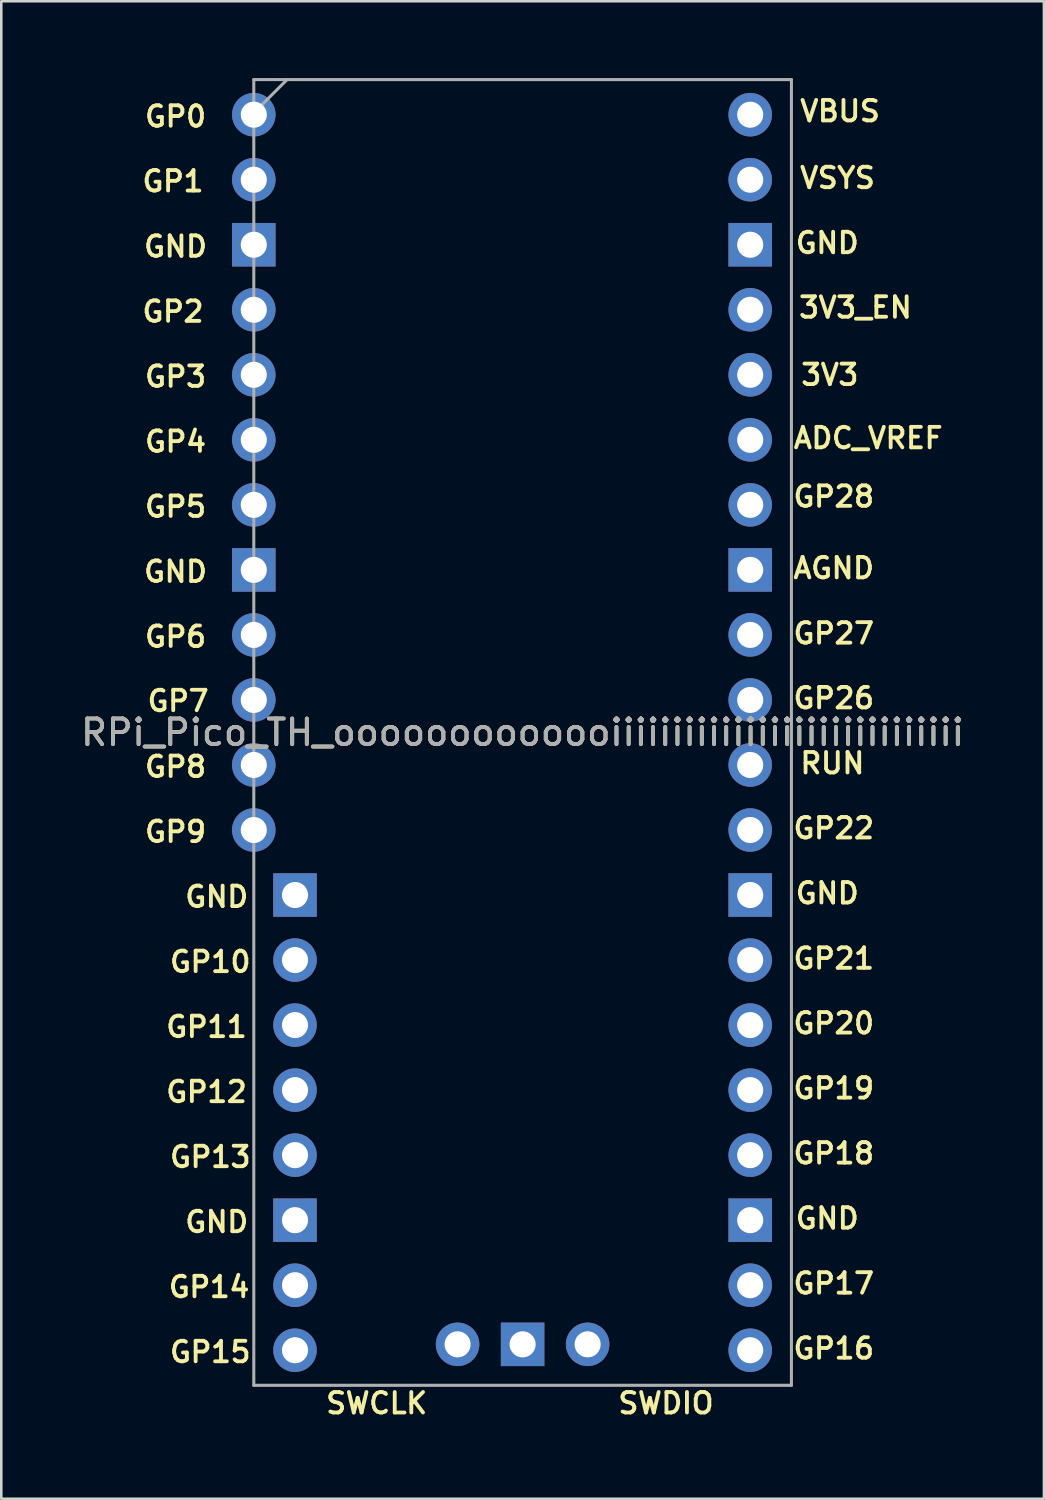
<source format=kicad_pcb>
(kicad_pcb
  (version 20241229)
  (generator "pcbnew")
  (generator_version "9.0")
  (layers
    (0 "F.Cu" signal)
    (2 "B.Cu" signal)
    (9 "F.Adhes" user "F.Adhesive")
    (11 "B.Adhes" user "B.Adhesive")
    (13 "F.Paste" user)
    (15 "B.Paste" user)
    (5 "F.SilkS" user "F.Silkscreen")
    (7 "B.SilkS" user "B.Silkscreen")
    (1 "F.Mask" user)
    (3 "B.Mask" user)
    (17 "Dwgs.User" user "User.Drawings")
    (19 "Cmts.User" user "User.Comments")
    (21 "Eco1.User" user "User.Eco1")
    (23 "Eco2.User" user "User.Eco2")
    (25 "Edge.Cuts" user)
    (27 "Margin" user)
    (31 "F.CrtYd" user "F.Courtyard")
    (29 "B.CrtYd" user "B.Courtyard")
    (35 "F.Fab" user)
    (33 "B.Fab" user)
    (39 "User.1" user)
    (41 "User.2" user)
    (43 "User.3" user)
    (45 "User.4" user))
  (footprint "RPi_Pico_TH_ooooooooooooiiiiiiiiiiiiiiiiiiiiiiiiiiiii"
    (layer "F.Cu")
    (at 17.363 25.56)
    (property "Reference" "RPi_Pico_TH_ooooooooooooiiiiiiiiiiiiiiiiiiiiiiiiiiiii" (at 0 0 0) (layer "F.SilkS") (effects (font (size 1 1) (thickness 0.15))))
    (attr through_hole)
    (fp_line (start -10.5 -25.5) (end 10.5 -25.5) (stroke (width 0.12) (type solid)) (layer "F.Fab"))
    (fp_line (start -10.5 -24.2) (end -9.2 -25.5) (stroke (width 0.12) (type solid)) (layer "F.Fab"))
    (fp_line (start -10.5 25.5) (end -10.5 -25.5) (stroke (width 0.12) (type solid)) (layer "F.Fab"))
    (fp_line (start 10.5 -25.5) (end 10.5 25.5) (stroke (width 0.12) (type solid)) (layer "F.Fab"))
    (fp_line (start 10.5 25.5) (end -10.5 25.5) (stroke (width 0.12) (type solid)) (layer "F.Fab"))
    (fp_text user "GP28" (at 12.154 -9.214 0) (layer "F.SilkS") (effects (font (size 0.8 0.8) (thickness 0.15))))
    (fp_text user "GP21" (at 12.154 8.83 0) (layer "F.SilkS") (effects (font (size 0.8 0.8) (thickness 0.15))))
    (fp_text user "ADC_VREF" (at 13.5 -11.5 0) (layer "F.SilkS") (effects (font (size 0.8 0.8) (thickness 0.15))))
    (fp_text user "GND" (at -13.556 -6.28 0) (layer "F.SilkS") (effects (font (size 0.8 0.8) (thickness 0.15))))
    (fp_text user "GP17" (at 12.154 21.52 0) (layer "F.SilkS") (effects (font (size 0.8 0.8) (thickness 0.15))))
    (fp_text user "GP27" (at 12.154 -3.87 0) (layer "F.SilkS") (effects (font (size 0.8 0.8) (thickness 0.15))))
    (fp_text user "GP6" (at -13.556 -3.74 0) (layer "F.SilkS") (effects (font (size 0.8 0.8) (thickness 0.15))))
    (fp_text user "GP10" (at -12.2 8.96 0) (layer "F.SilkS") (effects (font (size 0.8 0.8) (thickness 0.15))))
    (fp_text user "VBUS" (at 12.4 -24.27 0) (layer "F.SilkS") (effects (font (size 0.8 0.8) (thickness 0.15))))
    (fp_text user "GP1" (at -13.656 -21.53 0) (layer "F.SilkS") (effects (font (size 0.8 0.8) (thickness 0.15))))
    (fp_text user "GP20" (at 12.154 11.36 0) (layer "F.SilkS") (effects (font (size 0.8 0.8) (thickness 0.15))))
    (fp_text user "GP22" (at 12.154 3.74 0) (layer "F.SilkS") (effects (font (size 0.8 0.8) (thickness 0.15))))
    (fp_text user "GND" (at -13.556 -18.98 0) (layer "F.SilkS") (effects (font (size 0.8 0.8) (thickness 0.15))))
    (fp_text user "SWCLK" (at -5.7 26.2 0) (layer "F.SilkS") (effects (font (size 0.8 0.8) (thickness 0.15))))
    (fp_text user "GND" (at 11.9 6.28 0) (layer "F.SilkS") (effects (font (size 0.8 0.8) (thickness 0.15))))
    (fp_text user "GND" (at -11.946 19.12 0) (layer "F.SilkS") (effects (font (size 0.8 0.8) (thickness 0.15))))
    (fp_text user "GND" (at 11.9 -19.12 0) (layer "F.SilkS") (effects (font (size 0.8 0.8) (thickness 0.15))))
    (fp_text user "GP9" (at -13.556 3.88 0) (layer "F.SilkS") (effects (font (size 0.8 0.8) (thickness 0.15))))
    (fp_text user "RUN" (at 12.1 1.2 0) (layer "F.SilkS") (effects (font (size 0.8 0.8) (thickness 0.15))))
    (fp_text user "AGND" (at 12.154 -6.42 0) (layer "F.SilkS") (effects (font (size 0.8 0.8) (thickness 0.15))))
    (fp_text user "3V3_EN" (at 13 -16.6 0) (layer "F.SilkS") (effects (font (size 0.8 0.8) (thickness 0.15))))
    (fp_text user "GP3" (at -13.556 -13.9 0) (layer "F.SilkS") (effects (font (size 0.8 0.8) (thickness 0.15))))
    (fp_text user "GP11" (at -12.346 11.5 0) (layer "F.SilkS") (effects (font (size 0.8 0.8) (thickness 0.15))))
    (fp_text user "GP16" (at 12.154 24.06 0) (layer "F.SilkS") (effects (font (size 0.8 0.8) (thickness 0.15))))
    (fp_text user "3V3" (at 12 -13.97 0) (layer "F.SilkS") (effects (font (size 0.8 0.8) (thickness 0.15))))
    (fp_text user "GP18" (at 12.154 16.44 0) (layer "F.SilkS") (effects (font (size 0.8 0.8) (thickness 0.15))))
    (fp_text user "GND" (at -11.946 6.42 0) (layer "F.SilkS") (effects (font (size 0.8 0.8) (thickness 0.15))))
    (fp_text user "GP19" (at 12.154 13.9 0) (layer "F.SilkS") (effects (font (size 0.8 0.8) (thickness 0.15))))
    (fp_text user "GP15" (at -12.2 24.2 0) (layer "F.SilkS") (effects (font (size 0.8 0.8) (thickness 0.15))))
    (fp_text user "GP4" (at -13.556 -11.36 0) (layer "F.SilkS") (effects (font (size 0.8 0.8) (thickness 0.15))))
    (fp_text user "GND" (at 11.9 18.98 0) (layer "F.SilkS") (effects (font (size 0.8 0.8) (thickness 0.15))))
    (fp_text user "VSYS" (at 12.3 -21.66 0) (layer "F.SilkS") (effects (font (size 0.8 0.8) (thickness 0.15))))
    (fp_text user "GP7" (at -13.456 -1.23 0) (layer "F.SilkS") (effects (font (size 0.8 0.8) (thickness 0.15))))
    (fp_text user "GP2" (at -13.656 -16.44 0) (layer "F.SilkS") (effects (font (size 0.8 0.8) (thickness 0.15))))
    (fp_text user "GP13" (at -12.2 16.58 0) (layer "F.SilkS") (effects (font (size 0.8 0.8) (thickness 0.15))))
    (fp_text user "GP26" (at 12.154 -1.34 0) (layer "F.SilkS") (effects (font (size 0.8 0.8) (thickness 0.15))))
    (fp_text user "SWDIO" (at 5.6 26.2 0) (layer "F.SilkS") (effects (font (size 0.8 0.8) (thickness 0.15))))
    (fp_text user "GP12" (at -12.346 14.04 0) (layer "F.SilkS") (effects (font (size 0.8 0.8) (thickness 0.15))))
    (fp_text user "GP14" (at -12.246 21.66 0) (layer "F.SilkS") (effects (font (size 0.8 0.8) (thickness 0.15))))
    (fp_text user "GP0" (at -13.556 -24.06 0) (layer "F.SilkS") (effects (font (size 0.8 0.8) (thickness 0.15))))
    (fp_text user "GP5" (at -13.556 -8.82 0) (layer "F.SilkS") (effects (font (size 0.8 0.8) (thickness 0.15))))
    (fp_text user "GP8" (at -13.556 1.34 0) (layer "F.SilkS") (effects (font (size 0.8 0.8) (thickness 0.15))))
    (fp_text user "${REFERENCE}" (at 0 0 180) (layer "F.Fab") (effects (font (size 1 1) (thickness 0.15))))
    (pad "1" thru_hole oval (at -10.5 -24.13) (size 1.7 1.7) (drill 1.02) (layers "*.Cu" "*.Mask"))
    (pad "2" thru_hole oval (at -10.5 -21.59) (size 1.7 1.7) (drill 1.02) (layers "*.Cu" "*.Mask"))
    (pad "3" thru_hole rect (at -10.5 -19.05) (size 1.7 1.7) (drill 1.02) (layers "*.Cu" "*.Mask"))
    (pad "4" thru_hole oval (at -10.5 -16.51) (size 1.7 1.7) (drill 1.02) (layers "*.Cu" "*.Mask"))
    (pad "5" thru_hole oval (at -10.5 -13.97) (size 1.7 1.7) (drill 1.02) (layers "*.Cu" "*.Mask"))
    (pad "6" thru_hole oval (at -10.5 -11.43) (size 1.7 1.7) (drill 1.02) (layers "*.Cu" "*.Mask"))
    (pad "7" thru_hole oval (at -10.5 -8.89) (size 1.7 1.7) (drill 1.02) (layers "*.Cu" "*.Mask"))
    (pad "8" thru_hole rect (at -10.5 -6.35) (size 1.7 1.7) (drill 1.02) (layers "*.Cu" "*.Mask"))
    (pad "9" thru_hole oval (at -10.5 -3.81) (size 1.7 1.7) (drill 1.02) (layers "*.Cu" "*.Mask"))
    (pad "10" thru_hole oval (at -10.5 -1.27) (size 1.7 1.7) (drill 1.02) (layers "*.Cu" "*.Mask"))
    (pad "11" thru_hole oval (at -10.5 1.27) (size 1.7 1.7) (drill 1.02) (layers "*.Cu" "*.Mask"))
    (pad "12" thru_hole oval (at -10.5 3.81) (size 1.7 1.7) (drill 1.02) (layers "*.Cu" "*.Mask"))
    (pad "13" thru_hole rect (at -8.89 6.35) (size 1.7 1.7) (drill 1.02) (layers "*.Cu" "*.Mask"))
    (pad "14" thru_hole oval (at -8.89 8.89) (size 1.7 1.7) (drill 1.02) (layers "*.Cu" "*.Mask"))
    (pad "15" thru_hole oval (at -8.89 11.43) (size 1.7 1.7) (drill 1.02) (layers "*.Cu" "*.Mask"))
    (pad "16" thru_hole oval (at -8.89 13.97) (size 1.7 1.7) (drill 1.02) (layers "*.Cu" "*.Mask"))
    (pad "17" thru_hole oval (at -8.89 16.51) (size 1.7 1.7) (drill 1.02) (layers "*.Cu" "*.Mask"))
    (pad "18" thru_hole rect (at -8.89 19.05) (size 1.7 1.7) (drill 1.02) (layers "*.Cu" "*.Mask"))
    (pad "19" thru_hole oval (at -8.89 21.59) (size 1.7 1.7) (drill 1.02) (layers "*.Cu" "*.Mask"))
    (pad "20" thru_hole oval (at -8.89 24.13) (size 1.7 1.7) (drill 1.02) (layers "*.Cu" "*.Mask"))
    (pad "21" thru_hole oval (at 8.89 24.13) (size 1.7 1.7) (drill 1.02) (layers "*.Cu" "*.Mask"))
    (pad "22" thru_hole oval (at 8.89 21.59) (size 1.7 1.7) (drill 1.02) (layers "*.Cu" "*.Mask"))
    (pad "23" thru_hole rect (at 8.89 19.05) (size 1.7 1.7) (drill 1.02) (layers "*.Cu" "*.Mask"))
    (pad "24" thru_hole oval (at 8.89 16.51) (size 1.7 1.7) (drill 1.02) (layers "*.Cu" "*.Mask"))
    (pad "25" thru_hole oval (at 8.89 13.97) (size 1.7 1.7) (drill 1.02) (layers "*.Cu" "*.Mask"))
    (pad "26" thru_hole oval (at 8.89 11.43) (size 1.7 1.7) (drill 1.02) (layers "*.Cu" "*.Mask"))
    (pad "27" thru_hole oval (at 8.89 8.89) (size 1.7 1.7) (drill 1.02) (layers "*.Cu" "*.Mask"))
    (pad "28" thru_hole rect (at 8.89 6.35) (size 1.7 1.7) (drill 1.02) (layers "*.Cu" "*.Mask"))
    (pad "29" thru_hole oval (at 8.89 3.81) (size 1.7 1.7) (drill 1.02) (layers "*.Cu" "*.Mask"))
    (pad "30" thru_hole oval (at 8.89 1.27) (size 1.7 1.7) (drill 1.02) (layers "*.Cu" "*.Mask"))
    (pad "31" thru_hole oval (at 8.89 -1.27) (size 1.7 1.7) (drill 1.02) (layers "*.Cu" "*.Mask"))
    (pad "32" thru_hole oval (at 8.89 -3.81) (size 1.7 1.7) (drill 1.02) (layers "*.Cu" "*.Mask"))
    (pad "33" thru_hole rect (at 8.89 -6.35) (size 1.7 1.7) (drill 1.02) (layers "*.Cu" "*.Mask"))
    (pad "34" thru_hole oval (at 8.89 -8.89) (size 1.7 1.7) (drill 1.02) (layers "*.Cu" "*.Mask"))
    (pad "35" thru_hole oval (at 8.89 -11.43) (size 1.7 1.7) (drill 1.02) (layers "*.Cu" "*.Mask"))
    (pad "36" thru_hole oval (at 8.89 -13.97) (size 1.7 1.7) (drill 1.02) (layers "*.Cu" "*.Mask"))
    (pad "37" thru_hole oval (at 8.89 -16.51) (size 1.7 1.7) (drill 1.02) (layers "*.Cu" "*.Mask"))
    (pad "38" thru_hole rect (at 8.89 -19.05) (size 1.7 1.7) (drill 1.02) (layers "*.Cu" "*.Mask"))
    (pad "39" thru_hole oval (at 8.89 -21.59) (size 1.7 1.7) (drill 1.02) (layers "*.Cu" "*.Mask"))
    (pad "40" thru_hole oval (at 8.89 -24.13) (size 1.7 1.7) (drill 1.02) (layers "*.Cu" "*.Mask"))
    (pad "41" thru_hole oval (at -2.54 23.9) (size 1.7 1.7) (drill 1.02) (layers "*.Cu" "*.Mask"))
    (pad "42" thru_hole rect (at 0 23.9) (size 1.7 1.7) (drill 1.02) (layers "*.Cu" "*.Mask"))
    (pad "43" thru_hole oval (at 2.54 23.9) (size 1.7 1.7) (drill 1.02) (layers "*.Cu" "*.Mask")))
  (gr_rect
    (start -3 -3)
    (end 37.726 55.491)
    (stroke (width 0.1) (type default))
    (fill no)
    (layer "Edge.Cuts")))
</source>
